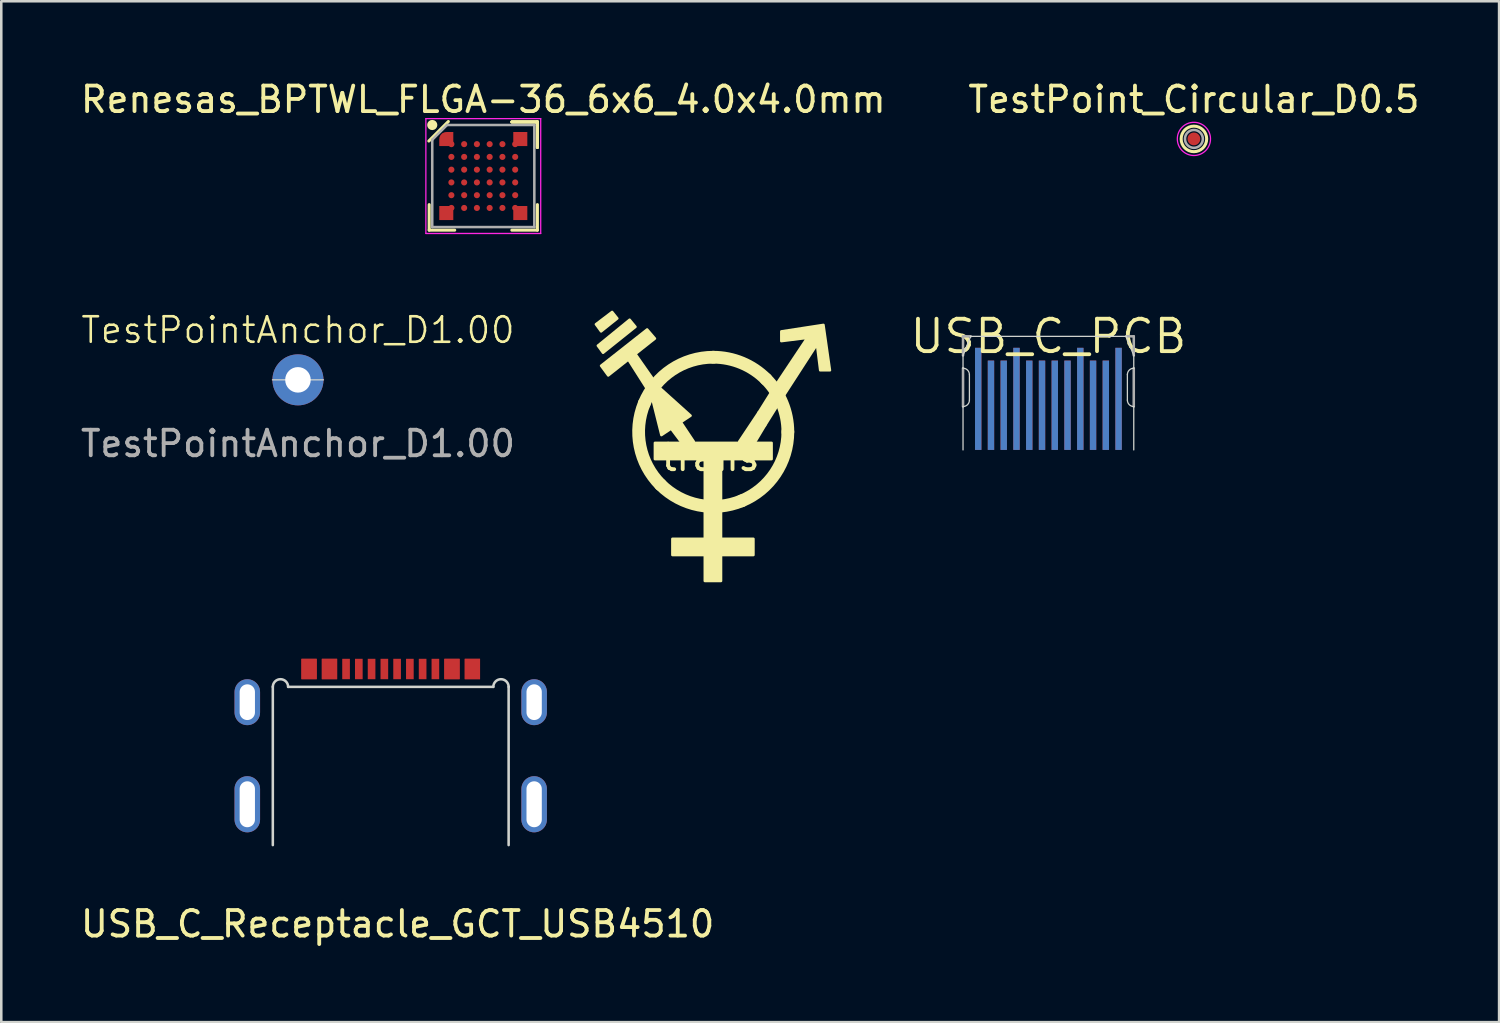
<source format=kicad_pcb>
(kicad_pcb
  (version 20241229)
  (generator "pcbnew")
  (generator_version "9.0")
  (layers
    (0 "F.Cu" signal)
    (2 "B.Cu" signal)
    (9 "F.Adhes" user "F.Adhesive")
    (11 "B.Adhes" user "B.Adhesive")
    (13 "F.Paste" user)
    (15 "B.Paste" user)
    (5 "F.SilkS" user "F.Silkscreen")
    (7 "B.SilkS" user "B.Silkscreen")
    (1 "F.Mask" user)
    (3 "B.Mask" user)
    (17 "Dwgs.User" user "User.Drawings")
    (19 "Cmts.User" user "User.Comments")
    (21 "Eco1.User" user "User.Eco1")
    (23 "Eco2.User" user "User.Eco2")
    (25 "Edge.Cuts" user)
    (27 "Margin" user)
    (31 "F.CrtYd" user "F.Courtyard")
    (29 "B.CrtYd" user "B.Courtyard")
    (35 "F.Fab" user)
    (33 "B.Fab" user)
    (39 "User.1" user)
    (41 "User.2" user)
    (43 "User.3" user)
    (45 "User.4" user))
  (footprint "trans"
    (layer "F.Cu")
    (at 25.05 14.431)
    (property "Reference" "trans" (at -0.254 0.449 0) (layer "F.SilkS") (effects (font (size 1 1) (thickness 0.15))))
    (attr board_only exclude_from_pos_files exclude_from_bom allow_missing_courtyard)
    (fp_poly (pts (xy -3.912 -5.004) (xy -4.547 -4.496) (xy -4.75 -4.775) (xy -4.115 -5.258)) (stroke (width 0.1) (type solid)) (fill yes) (layer "F.SilkS"))
    (fp_poly (pts (xy -3.2 -4.674) (xy -4.47 -3.658) (xy -4.674 -3.937) (xy -3.429 -4.953)) (stroke (width 0.1) (type solid)) (fill yes) (layer "F.SilkS"))
    (fp_poly (pts (xy -2.438 -4.216) (xy -4.267 -2.769) (xy -4.547 -3.15) (xy -2.743 -4.572)) (stroke (width 0.1) (type solid)) (fill yes) (layer "F.SilkS"))
    (fp_poly (pts (xy -2.311 -2.337) (xy -2.565 -1.956) (xy -3.454 -3.353) (xy -3.2 -3.607)) (stroke (width 0.1) (type solid)) (fill yes) (layer "F.SilkS"))
    (fp_poly (pts (xy 1.88 -0.813) (xy 1.499 -0.178) (xy 0.864 -0.178) (xy 1.626 -1.321)) (stroke (width 0.1) (type solid)) (fill yes) (layer "F.SilkS"))
    (fp_poly (pts (xy 2.134 0.508) (xy -2.438 0.508) (xy -2.438 -0.127) (xy 2.134 -0.127)) (stroke (width 0.1) (type solid)) (fill yes) (layer "F.SilkS"))
    (fp_poly (pts (xy 2.515 -1.829) (xy 1.88 -0.813) (xy 1.626 -1.321) (xy 2.261 -2.337)) (stroke (width 0.1) (type solid)) (fill yes) (layer "F.SilkS"))
    (fp_poly (pts (xy -1.041 -1.194) (xy -1.422 -0.94) (xy -0.914 -0.178) (xy -1.422 -0.178) (xy -1.803 -0.686) (xy -2.184 -0.432) (xy -2.565 -1.956) (xy -2.311 -2.337)) (stroke (width 0.1) (type solid)) (fill yes) (layer "F.SilkS"))
    (fp_poly (pts (xy 4.42 -2.972) (xy 4.039 -2.972) (xy 3.912 -3.988) (xy 2.515 -1.829) (xy 2.261 -2.337) (xy 3.531 -4.242) (xy 2.515 -4.115) (xy 2.515 -4.496) (xy 4.166 -4.75)) (stroke (width 0.1) (type solid)) (fill yes) (layer "F.SilkS"))
    (fp_poly (pts (xy 0.152 3.632) (xy 1.422 3.632) (xy 1.422 4.267) (xy 0.152 4.267) (xy 0.152 5.283) (xy -0.483 5.283) (xy -0.483 4.267) (xy -1.753 4.267) (xy -1.753 3.632) (xy -0.483 3.632) (xy -0.483 0.584) (xy 0.152 0.584)) (stroke (width 0.1) (type solid)) (fill yes) (layer "F.SilkS"))
    (fp_curve (pts (xy -2.854 -1.678) (xy -3.306 -0.585) (xy -3.056 0.672) (xy -2.22 1.509)) (stroke (width 0.5) (type solid)) (layer "F.SilkS"))
    (fp_curve (pts (xy -2.22 1.509) (xy -1.384 2.345) (xy -0.126 2.595) (xy 0.966 2.142)) (stroke (width 0.5) (type solid)) (layer "F.SilkS"))
    (fp_curve (pts (xy -0.152 -3.483) (xy -1.335 -3.483) (xy -2.401 -2.77) (xy -2.854 -1.678)) (stroke (width 0.5) (type solid)) (layer "F.SilkS"))
    (fp_curve (pts (xy 0.966 2.142) (xy 2.059 1.69) (xy 2.771 0.624) (xy 2.771 -0.559)) (stroke (width 0.5) (type solid)) (layer "F.SilkS"))
    (fp_curve (pts (xy 1.915 -2.626) (xy 1.367 -3.175) (xy 0.623 -3.483) (xy -0.152 -3.483)) (stroke (width 0.5) (type solid)) (layer "F.SilkS"))
    (fp_curve (pts (xy 2.771 -0.559) (xy 2.771 -1.334) (xy 2.463 -2.078) (xy 1.915 -2.626)) (stroke (width 0.5) (type solid)) (layer "F.SilkS")))
  (footprint "USB_C_PCB"
    (layer "F.Cu")
    (at 38.03 10.129)
    (property "Reference" "USB_C_PCB" (at 0 0 0) (layer "F.SilkS") (effects (font (size 1.27 1.27) (thickness 0.15))))
    (fp_line (start -3.345 0.75) (end -3.345 1.25) (stroke (width 0.05) (type solid)) (layer "Edge.Cuts"))
    (fp_line (start -3.345 2.75) (end -3.345 4.45) (stroke (width 0.05) (type solid)) (layer "Edge.Cuts"))
    (fp_line (start -3.095 1.5) (end -3.095 2.5) (stroke (width 0.05) (type solid)) (layer "Edge.Cuts"))
    (fp_line (start -3.045 0) (end -3.345 0.75) (stroke (width 0.05) (type solid)) (layer "Edge.Cuts"))
    (fp_line (start -3.045 0) (end 3.045 0) (stroke (width 0.05) (type solid)) (layer "Edge.Cuts"))
    (fp_line (start 3.045 0) (end 3.345 0.75) (stroke (width 0.05) (type solid)) (layer "Edge.Cuts"))
    (fp_line (start 3.095 1.5) (end 3.095 2.5) (stroke (width 0.05) (type solid)) (layer "Edge.Cuts"))
    (fp_line (start 3.345 0.75) (end 3.345 1.25) (stroke (width 0.05) (type solid)) (layer "Edge.Cuts"))
    (fp_line (start 3.345 2.75) (end 3.345 4.45) (stroke (width 0.05) (type solid)) (layer "Edge.Cuts"))
    (fp_arc (start -3.345 1.25) (mid -3.168223 1.323223) (end -3.095 1.5) (stroke (width 0.05) (type solid)) (layer "Edge.Cuts"))
    (fp_arc (start -3.095 2.5) (mid -3.168223 2.676777) (end -3.345 2.75) (stroke (width 0.05) (type solid)) (layer "Edge.Cuts"))
    (fp_arc (start 3.095 1.5) (mid 3.168223 1.323223) (end 3.345 1.25) (stroke (width 0.05) (type solid)) (layer "Edge.Cuts"))
    (fp_arc (start 3.345 2.75) (mid 3.168223 2.676777) (end 3.095 2.5) (stroke (width 0.05) (type solid)) (layer "Edge.Cuts"))
    (fp_line (start -3.345 0) (end -3.345 0.75) (stroke (width 0.1) (type solid)) (layer "F.Fab"))
    (fp_line (start -3.345 0) (end -3.045 0) (stroke (width 0.1) (type solid)) (layer "F.Fab"))
    (fp_line (start -3.345 1.25) (end -3.345 2.75) (stroke (width 0.1) (type solid)) (layer "F.Fab"))
    (fp_line (start 3.045 0) (end 3.345 0) (stroke (width 0.1) (type solid)) (layer "F.Fab"))
    (fp_line (start 3.345 0) (end 3.345 0.75) (stroke (width 0.1) (type solid)) (layer "F.Fab"))
    (fp_line (start 3.345 1.25) (end 3.345 2.75) (stroke (width 0.1) (type solid)) (layer "F.Fab"))
    (pad "A1" smd rect (at 2.75 2.45 90) (size 4 0.25) (layers "F.Cu" "F.Mask" "F.Paste"))
    (pad "A2" smd rect (at 2.25 2.7 90) (size 3.5 0.25) (layers "F.Cu" "F.Mask" "F.Paste"))
    (pad "A3" smd rect (at 1.75 2.7 90) (size 3.5 0.25) (layers "F.Cu" "F.Mask" "F.Paste"))
    (pad "A4" smd rect (at 1.25 2.45 90) (size 4 0.25) (layers "F.Cu" "F.Mask" "F.Paste"))
    (pad "A5" smd rect (at 0.75 2.7 90) (size 3.5 0.25) (layers "F.Cu" "F.Mask" "F.Paste"))
    (pad "A6" smd rect (at 0.25 2.7 90) (size 3.5 0.25) (layers "F.Cu" "F.Mask" "F.Paste"))
    (pad "A7" smd rect (at -0.25 2.7 90) (size 3.5 0.25) (layers "F.Cu" "F.Mask" "F.Paste"))
    (pad "A8" smd rect (at -0.75 2.7 90) (size 3.5 0.25) (layers "F.Cu" "F.Mask" "F.Paste"))
    (pad "A9" smd rect (at -1.25 2.45 90) (size 4 0.25) (layers "F.Cu" "F.Mask" "F.Paste"))
    (pad "A10" smd rect (at -1.75 2.7 90) (size 3.5 0.25) (layers "F.Cu" "F.Mask" "F.Paste"))
    (pad "A11" smd rect (at -2.25 2.7 90) (size 3.5 0.25) (layers "F.Cu" "F.Mask" "F.Paste"))
    (pad "A12" smd rect (at -2.75 2.45 90) (size 4 0.25) (layers "F.Cu" "F.Mask" "F.Paste"))
    (pad "B1" smd rect (at -2.75 2.45 90) (size 4 0.25) (layers "B.Cu" "B.Mask" "B.Paste"))
    (pad "B2" smd rect (at -2.25 2.7 90) (size 3.5 0.25) (layers "B.Cu" "B.Mask" "B.Paste"))
    (pad "B3" smd rect (at -1.75 2.7 90) (size 3.5 0.25) (layers "B.Cu" "B.Mask" "B.Paste"))
    (pad "B4" smd rect (at -1.25 2.45 90) (size 4 0.25) (layers "B.Cu" "B.Mask" "B.Paste"))
    (pad "B5" smd rect (at -0.75 2.7 90) (size 3.5 0.25) (layers "B.Cu" "B.Mask" "B.Paste"))
    (pad "B6" smd rect (at -0.25 2.7 90) (size 3.5 0.25) (layers "B.Cu" "B.Mask" "B.Paste"))
    (pad "B7" smd rect (at 0.25 2.7 90) (size 3.5 0.25) (layers "B.Cu" "B.Mask" "B.Paste"))
    (pad "B8" smd rect (at 0.75 2.7 90) (size 3.5 0.25) (layers "B.Cu" "B.Mask" "B.Paste"))
    (pad "B9" smd rect (at 1.25 2.45 90) (size 4 0.25) (layers "B.Cu" "B.Mask" "B.Paste"))
    (pad "B10" smd rect (at 1.75 2.7 90) (size 3.5 0.25) (layers "B.Cu" "B.Mask" "B.Paste"))
    (pad "B11" smd rect (at 2.25 2.7 90) (size 3.5 0.25) (layers "B.Cu" "B.Mask" "B.Paste"))
    (pad "B12" smd rect (at 2.75 2.45 90) (size 4 0.25) (layers "B.Cu" "B.Mask" "B.Paste")))
  (footprint "USB_C_Receptacle_GCT_USB4510"
    (layer "F.Cu")
    (at 12.26 30.064)
    (property "Reference" "USB_C_Receptacle_GCT_USB4510" (at 0.27 3.09 0) (unlocked yes) (layer "F.SilkS") (effects (font (size 1 1) (thickness 0.15))))
    (fp_line (start -4.62 0) (end -4.62 -6.2) (stroke (width 0.1) (type solid)) (layer "Edge.Cuts"))
    (fp_line (start 4.02 -6.2) (end -4.02 -6.2) (stroke (width 0.1) (type solid)) (layer "Edge.Cuts"))
    (fp_line (start 4.62 0) (end 4.62 -6.2) (stroke (width 0.1) (type solid)) (layer "Edge.Cuts"))
    (fp_arc (start -4.62 -6.2) (mid -4.32 -6.5) (end -4.02 -6.2) (stroke (width 0.1) (type solid)) (layer "Edge.Cuts"))
    (fp_arc (start 4.02 -6.2) (mid 4.32 -6.5) (end 4.62 -6.2) (stroke (width 0.1) (type solid)) (layer "Edge.Cuts"))
    (fp_line (start 4.62 0) (end -4.62 0) (stroke (width 0.1) (type solid)) (layer "User.1"))
    (pad "A1" smd rect (at -3.2 -6.9) (size 0.6 0.8) (layers "F.Cu" "F.Mask" "F.Paste"))
    (pad "A4" smd rect (at -2.4 -6.9) (size 0.6 0.8) (layers "F.Cu" "F.Mask" "F.Paste"))
    (pad "A5" smd rect (at -1.25 -6.9) (size 0.3 0.8) (layers "F.Cu" "F.Mask" "F.Paste"))
    (pad "A6" smd rect (at -0.25 -6.9) (size 0.3 0.8) (layers "F.Cu" "F.Mask" "F.Paste"))
    (pad "A7" smd rect (at 0.25 -6.9) (size 0.3 0.8) (layers "F.Cu" "F.Mask" "F.Paste"))
    (pad "A8" smd rect (at 1.25 -6.9) (size 0.3 0.8) (layers "F.Cu" "F.Mask" "F.Paste"))
    (pad "A9" smd rect (at 2.4 -6.9) (size 0.6 0.8) (layers "F.Cu" "F.Mask" "F.Paste"))
    (pad "A12" smd rect (at 3.2 -6.9) (size 0.6 0.8) (layers "F.Cu" "F.Mask" "F.Paste"))
    (pad "B1" smd rect (at 3.2 -6.9) (size 0.6 0.8) (layers "F.Cu" "F.Mask" "F.Paste"))
    (pad "B4" smd rect (at 2.4 -6.9) (size 0.6 0.8) (layers "F.Cu" "F.Mask" "F.Paste"))
    (pad "B5" smd rect (at 1.75 -6.9) (size 0.3 0.8) (layers "F.Cu" "F.Mask" "F.Paste"))
    (pad "B6" smd rect (at 0.75 -6.9) (size 0.3 0.8) (layers "F.Cu" "F.Mask" "F.Paste"))
    (pad "B7" smd rect (at -0.75 -6.9) (size 0.3 0.8) (layers "F.Cu" "F.Mask" "F.Paste"))
    (pad "B8" smd rect (at -1.75 -6.9) (size 0.3 0.8) (layers "F.Cu" "F.Mask" "F.Paste"))
    (pad "B9" smd rect (at -2.4 -6.9) (size 0.6 0.8) (layers "F.Cu" "F.Mask" "F.Paste"))
    (pad "B12" smd rect (at -3.2 -6.9) (size 0.6 0.8) (layers "F.Cu" "F.Mask" "F.Paste"))
    (pad "S1" thru_hole oval (at -5.62 -5.6) (size 1 1.8) (drill oval 0.6 1.4) (layers "*.Cu" "*.Mask"))
    (pad "S1" thru_hole oval (at -5.62 -1.6) (size 1 2.2) (drill oval 0.6 1.8) (layers "*.Cu" "*.Mask"))
    (pad "S1" thru_hole oval (at 5.62 -5.6) (size 1 1.8) (drill oval 0.6 1.4) (layers "*.Cu" "*.Mask"))
    (pad "S1" thru_hole oval (at 5.62 -1.6) (size 1 2.2) (drill oval 0.6 1.8) (layers "*.Cu" "*.Mask")))
  (footprint "TestPoint_Circular_D0.5"
    (layer "F.Cu")
    (at 43.732 2.393)
    (property "Reference" "TestPoint_Circular_D0.5" (at 0 -1.545 0) (layer "F.SilkS") (effects (font (size 1 1) (thickness 0.15))))
    (fp_circle (center 0 0) (end 0 0.5) (stroke (width 0.12) (type solid)) (fill no) (layer "F.SilkS"))
    (fp_circle (center 0 0) (end 0 0.65) (stroke (width 0.05) (type solid)) (fill no) (layer "F.CrtYd"))
    (fp_circle (center 0 0) (end 0 0.35) (stroke (width 0.1) (type solid)) (fill no) (layer "F.Fab"))
    (pad "1" smd oval (at 0 0) (size 0.5 0.5) (property pad_prop_testpoint) (layers "F.Cu" "F.Mask")))
  (footprint "Renesas_BPTWL_FLGA-36_6x6_4.0x4.0mm"
    (layer "F.Cu")
    (at 15.887 3.848)
    (property "Reference" "Renesas_BPTWL_FLGA-36_6x6_4.0x4.0mm" (at 0 -3 0) (layer "F.SilkS") (effects (font (size 1 1) (thickness 0.15))))
    (attr smd)
    (fp_line (start -2.12 2.12) (end -2.12 1.12) (stroke (width 0.12) (type solid)) (layer "F.SilkS"))
    (fp_line (start -1.369 -2.136) (end -2.134 -1.372) (stroke (width 0.12) (type solid)) (layer "F.SilkS"))
    (fp_line (start -1.12 2.12) (end -2.12 2.12) (stroke (width 0.12) (type solid)) (layer "F.SilkS"))
    (fp_line (start 1.12 -2.12) (end 2.12 -2.12) (stroke (width 0.12) (type solid)) (layer "F.SilkS"))
    (fp_line (start 1.12 -2.12) (end 2.12 -2.12) (stroke (width 0.12) (type solid)) (layer "F.SilkS"))
    (fp_line (start 1.12 -2.12) (end 2.12 -2.12) (stroke (width 0.12) (type solid)) (layer "F.SilkS"))
    (fp_line (start 1.12 2.12) (end 2.12 2.12) (stroke (width 0.12) (type solid)) (layer "F.SilkS"))
    (fp_line (start 2.12 -2.12) (end 2.12 -1.12) (stroke (width 0.12) (type solid)) (layer "F.SilkS"))
    (fp_line (start 2.12 -2.12) (end 2.12 -1.12) (stroke (width 0.12) (type solid)) (layer "F.SilkS"))
    (fp_line (start 2.12 -2.12) (end 2.12 -1.12) (stroke (width 0.12) (type solid)) (layer "F.SilkS"))
    (fp_line (start 2.12 2.12) (end 2.12 1.12) (stroke (width 0.12) (type solid)) (layer "F.SilkS"))
    (fp_circle (center -2 -2) (end -2 -1.9) (stroke (width 0.2) (type solid)) (fill no) (layer "F.SilkS"))
    (fp_line (start -2.25 -2.25) (end 2.25 -2.25) (stroke (width 0.05) (type solid)) (layer "F.CrtYd"))
    (fp_line (start -2.25 2.25) (end -2.25 -2.25) (stroke (width 0.05) (type solid)) (layer "F.CrtYd"))
    (fp_line (start 2.25 -2.25) (end 2.25 2.25) (stroke (width 0.05) (type solid)) (layer "F.CrtYd"))
    (fp_line (start 2.25 2.25) (end -2.25 2.25) (stroke (width 0.05) (type solid)) (layer "F.CrtYd"))
    (fp_line (start -2 -1.422) (end -2 2) (stroke (width 0.1) (type solid)) (layer "F.Fab"))
    (fp_line (start -2 2) (end 2 2) (stroke (width 0.1) (type solid)) (layer "F.Fab"))
    (fp_line (start -1.422 -2) (end -2 -1.422) (stroke (width 0.1) (type solid)) (layer "F.Fab"))
    (fp_line (start 2 -2) (end -1.422 -2) (stroke (width 0.1) (type solid)) (layer "F.Fab"))
    (fp_line (start 2 2) (end 2 -2) (stroke (width 0.1) (type solid)) (layer "F.Fab"))
    (pad "A1" smd custom (at -1.45 -1.45) (size 0.55 0.55) (layers "F.Cu" "F.Mask" "F.Paste") (options (anchor circle)) (primitives (gr_poly (pts (xy 0.275 0.275) (xy -0.275 0.275) (xy -0.275 0) (xy 0 0) (xy 0 -0.275) (xy 0.275 -0.275)) (width 0) (fill yes))))
    (pad "A1" smd circle (at -1.25 -1.25) (size 0.24 0.24) (layers "F.Cu" "F.Mask" "F.Paste"))
    (pad "A2" smd circle (at -0.75 -1.25) (size 0.24 0.24) (layers "F.Cu" "F.Mask" "F.Paste"))
    (pad "A3" smd circle (at -0.25 -1.25) (size 0.24 0.24) (layers "F.Cu" "F.Mask" "F.Paste"))
    (pad "A4" smd circle (at 0.25 -1.25) (size 0.24 0.24) (layers "F.Cu" "F.Mask" "F.Paste"))
    (pad "A5" smd circle (at 0.75 -1.25) (size 0.24 0.24) (layers "F.Cu" "F.Mask" "F.Paste"))
    (pad "A6" smd custom (at 1.25 -1.25) (size 0.24 0.24) (layers "F.Cu" "F.Mask" "F.Paste") (options (anchor circle)) (primitives (gr_poly (pts (xy 0.475 0.075) (xy -0.075 0.075) (xy -0.075 -0.475) (xy 0.475 -0.475)) (width 0) (fill yes))))
    (pad "B1" smd circle (at -1.25 -0.75) (size 0.24 0.24) (layers "F.Cu" "F.Mask" "F.Paste"))
    (pad "B2" smd circle (at -0.75 -0.75) (size 0.24 0.24) (layers "F.Cu" "F.Mask" "F.Paste"))
    (pad "B3" smd circle (at -0.25 -0.75) (size 0.24 0.24) (layers "F.Cu" "F.Mask" "F.Paste"))
    (pad "B4" smd circle (at 0.25 -0.75) (size 0.24 0.24) (layers "F.Cu" "F.Mask" "F.Paste"))
    (pad "B5" smd circle (at 0.75 -0.75) (size 0.24 0.24) (layers "F.Cu" "F.Mask" "F.Paste"))
    (pad "B6" smd circle (at 1.25 -0.75) (size 0.24 0.24) (layers "F.Cu" "F.Mask" "F.Paste"))
    (pad "C1" smd circle (at -1.25 -0.25) (size 0.24 0.24) (layers "F.Cu" "F.Mask" "F.Paste"))
    (pad "C2" smd circle (at -0.75 -0.25) (size 0.24 0.24) (layers "F.Cu" "F.Mask" "F.Paste"))
    (pad "C3" smd circle (at -0.25 -0.25) (size 0.24 0.24) (layers "F.Cu" "F.Mask" "F.Paste"))
    (pad "C4" smd circle (at 0.25 -0.25) (size 0.24 0.24) (layers "F.Cu" "F.Mask" "F.Paste"))
    (pad "C5" smd circle (at 0.75 -0.25) (size 0.24 0.24) (layers "F.Cu" "F.Mask" "F.Paste"))
    (pad "C6" smd circle (at 1.25 -0.25) (size 0.24 0.24) (layers "F.Cu" "F.Mask" "F.Paste"))
    (pad "D1" smd circle (at -1.25 0.25) (size 0.24 0.24) (layers "F.Cu" "F.Mask" "F.Paste"))
    (pad "D2" smd circle (at -0.75 0.25) (size 0.24 0.24) (layers "F.Cu" "F.Mask" "F.Paste"))
    (pad "D3" smd circle (at -0.25 0.25) (size 0.24 0.24) (layers "F.Cu" "F.Mask" "F.Paste"))
    (pad "D4" smd circle (at 0.25 0.25) (size 0.24 0.24) (layers "F.Cu" "F.Mask" "F.Paste"))
    (pad "D5" smd circle (at 0.75 0.25) (size 0.24 0.24) (layers "F.Cu" "F.Mask" "F.Paste"))
    (pad "D6" smd circle (at 1.25 0.25) (size 0.24 0.24) (layers "F.Cu" "F.Mask" "F.Paste"))
    (pad "E1" smd circle (at -1.25 0.75) (size 0.24 0.24) (layers "F.Cu" "F.Mask" "F.Paste"))
    (pad "E2" smd circle (at -0.75 0.75) (size 0.24 0.24) (layers "F.Cu" "F.Mask" "F.Paste"))
    (pad "E3" smd circle (at -0.25 0.75) (size 0.24 0.24) (layers "F.Cu" "F.Mask" "F.Paste"))
    (pad "E4" smd circle (at 0.25 0.75) (size 0.24 0.24) (layers "F.Cu" "F.Mask" "F.Paste"))
    (pad "E5" smd circle (at 0.75 0.75) (size 0.24 0.24) (layers "F.Cu" "F.Mask" "F.Paste"))
    (pad "E6" smd circle (at 1.25 0.75) (size 0.24 0.24) (layers "F.Cu" "F.Mask" "F.Paste"))
    (pad "F1" smd custom (at -1.25 1.25) (size 0.24 0.24) (layers "F.Cu" "F.Mask" "F.Paste") (options (anchor circle)) (primitives (gr_poly (pts (xy 0.075 0.475) (xy -0.475 0.475) (xy -0.475 -0.075) (xy 0.075 -0.075)) (width 0) (fill yes))))
    (pad "F2" smd circle (at -0.75 1.25) (size 0.24 0.24) (layers "F.Cu" "F.Mask" "F.Paste"))
    (pad "F3" smd circle (at -0.25 1.25) (size 0.24 0.24) (layers "F.Cu" "F.Mask" "F.Paste"))
    (pad "F4" smd circle (at 0.25 1.25) (size 0.24 0.24) (layers "F.Cu" "F.Mask" "F.Paste"))
    (pad "F5" smd circle (at 0.75 1.25) (size 0.24 0.24) (layers "F.Cu" "F.Mask" "F.Paste"))
    (pad "F6" smd custom (at 1.25 1.25) (size 0.24 0.24) (layers "F.Cu" "F.Mask" "F.Paste") (options (anchor circle)) (primitives (gr_poly (pts (xy 0.475 0.475) (xy -0.075 0.475) (xy -0.075 -0.075) (xy 0.475 -0.075)) (width 0) (fill yes)))))
  (footprint "TestPointAnchor_D1.00"
    (layer "F.Cu")
    (at 8.625 11.834)
    (property "Reference" "TestPointAnchor_D1.00" (at 0 -1.95 0) (unlocked yes) (layer "F.SilkS") (effects (font (size 1 1) (thickness 0.1))))
    (attr through_hole)
    (fp_line (start -1 0) (end 1 0) (stroke (width 0.05) (type default)) (layer "Edge.Cuts"))
    (fp_text user "${REFERENCE}" (at 0 2.5 0) (unlocked yes) (layer "F.Fab") (effects (font (size 1 1) (thickness 0.15))))
    (pad "1" thru_hole circle (at 0 0) (size 2 2) (drill 1) (layers "*.Cu" "*.Mask")))
  (gr_rect
    (start -3 -3)
    (end 55.69 37.002)
    (stroke (width 0.1) (type default))
    (fill no)
    (layer "Edge.Cuts")))
</source>
